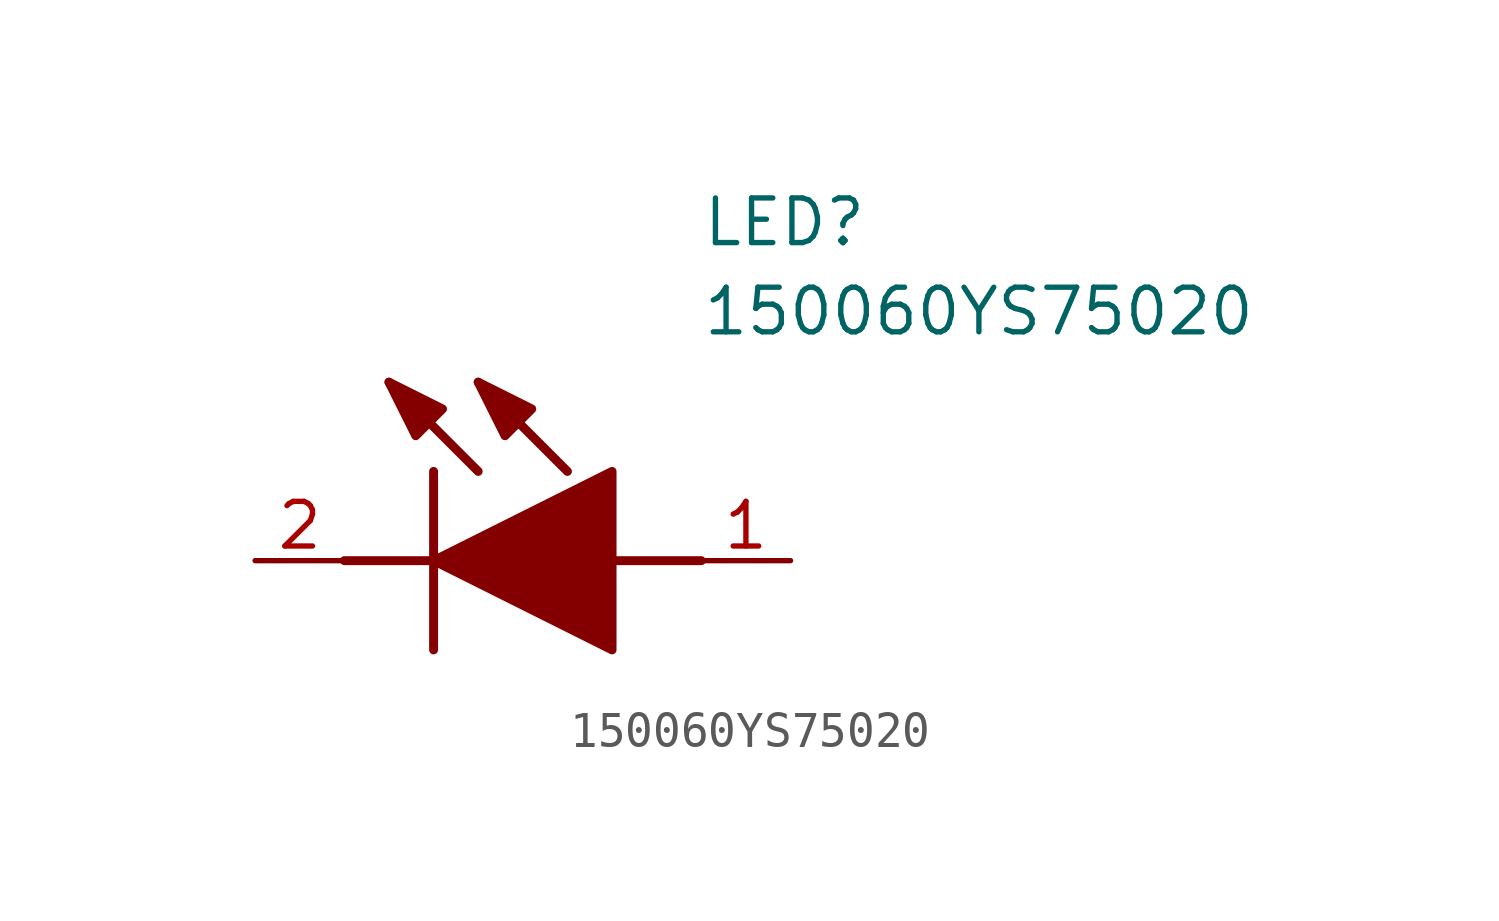
<source format=kicad_sym>
(kicad_symbol_lib
  (version 20211014)
  (generator SamacSys_ECAD_Model)
  (symbol "150060YS75020"
    (pin_names hide)
    (property "Reference" "LED"
      (at 12.7 8.89 0)
      (effects (font (size 1.27 1.27)) (justify left bottom)))
    (property "Value" "150060YS75020"
      (at 12.7 6.35 0)
      (effects (font (size 1.27 1.27)) (justify left bottom)))
    (polyline
      (pts (xy 5.08 2.54) (xy 5.08 -2.54))
      (stroke (width 0.254) (type default))
      (fill (type none)))
    (polyline
      (pts (xy 6.35 2.54) (xy 3.81 5.08))
      (stroke (width 0.254) (type default))
      (fill (type none)))
    (polyline
      (pts (xy 8.89 2.54) (xy 6.35 5.08))
      (stroke (width 0.254) (type default))
      (fill (type none)))
    (polyline
      (pts (xy 2.54 0) (xy 5.08 0))
      (stroke (width 0.254) (type default))
      (fill (type none)))
    (polyline
      (pts (xy 10.16 0) (xy 12.7 0))
      (stroke (width 0.254) (type default))
      (fill (type none)))
    (polyline
      (pts (xy 5.08 0) (xy 10.16 2.54) (xy 10.16 -2.54) (xy 5.08 0))
      (stroke (width 0.254) (type default))
      (fill (type outline)))
    (polyline
      (pts (xy 5.334 4.318) (xy 4.572 3.556) (xy 3.81 5.08) (xy 5.334 4.318))
      (stroke (width 0.254) (type default))
      (fill (type outline)))
    (polyline
      (pts (xy 7.874 4.318) (xy 7.112 3.556) (xy 6.35 5.08) (xy 7.874 4.318))
      (stroke (width 0.254) (type default))
      (fill (type outline)))
    (pin passive line
      (at 0 0 0)
      (length 2.54)
      (name "K" (effects (font (size 1.27 1.27))))
      (number "2" (effects (font (size 1.27 1.27)))))
    (pin passive line
      (at 15.24 0 180)
      (length 2.54)
      (name "A" (effects (font (size 1.27 1.27))))
      (number "1" (effects (font (size 1.27 1.27)))))))
</source>
